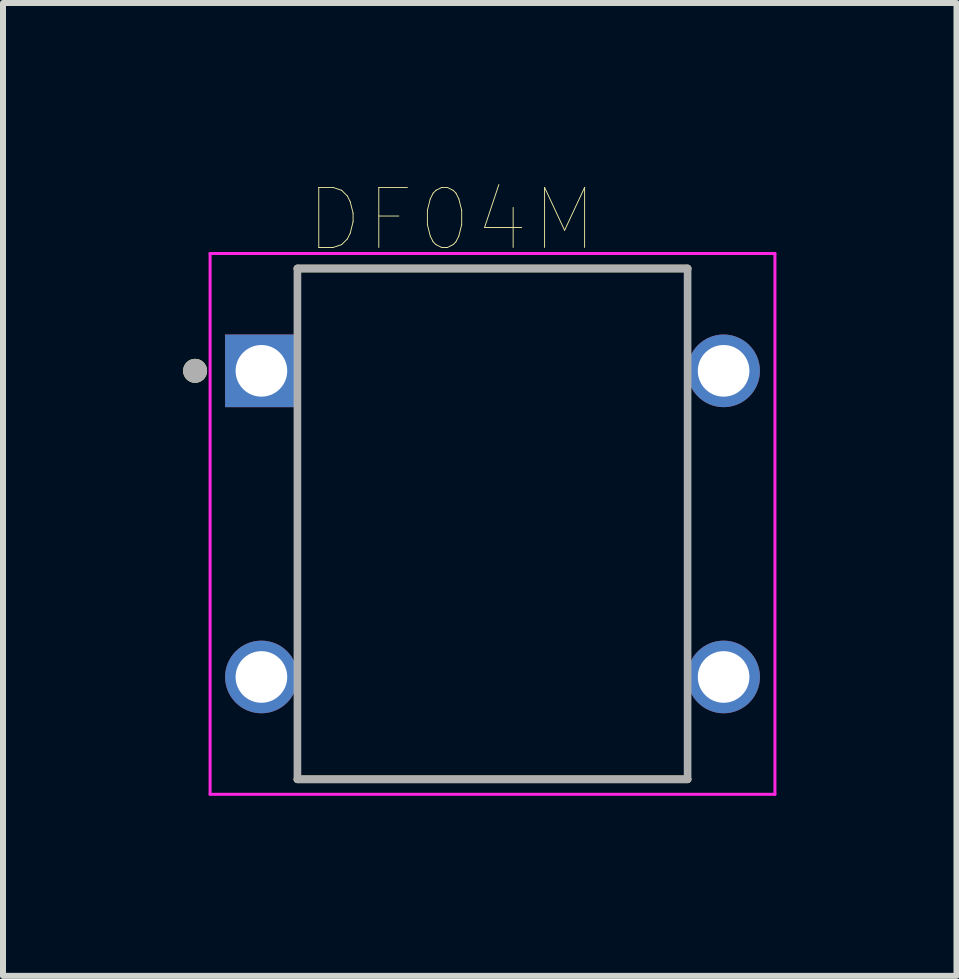
<source format=kicad_pcb>
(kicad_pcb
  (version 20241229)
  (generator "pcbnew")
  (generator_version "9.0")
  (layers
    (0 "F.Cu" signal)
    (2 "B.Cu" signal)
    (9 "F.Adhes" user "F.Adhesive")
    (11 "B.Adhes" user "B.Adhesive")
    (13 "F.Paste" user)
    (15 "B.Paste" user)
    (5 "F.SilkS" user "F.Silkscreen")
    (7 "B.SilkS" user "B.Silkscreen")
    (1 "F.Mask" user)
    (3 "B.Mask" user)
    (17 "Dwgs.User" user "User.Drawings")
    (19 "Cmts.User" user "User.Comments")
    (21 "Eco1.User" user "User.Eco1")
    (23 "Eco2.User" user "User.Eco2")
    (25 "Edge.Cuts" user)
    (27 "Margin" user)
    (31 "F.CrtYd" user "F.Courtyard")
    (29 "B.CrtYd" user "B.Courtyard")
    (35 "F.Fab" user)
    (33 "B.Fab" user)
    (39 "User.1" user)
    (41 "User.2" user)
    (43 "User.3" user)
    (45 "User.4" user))
  (footprint "DF04M"
    (layer "F.Cu")
    (at 5.155 5.678)
    (property "Reference" "DF04M" (at -0.68 -5.067 0) (layer "F.SilkS") (effects (font (size 1 1) (thickness 0.015))))
    (attr through_hole)
    (fp_line (start -3.25 -4.255) (end 3.25 -4.255) (stroke (width 0.127) (type solid)) (layer "F.SilkS"))
    (fp_line (start -3.25 4.255) (end 3.25 4.255) (stroke (width 0.127) (type solid)) (layer "F.SilkS"))
    (fp_circle (center -4.955 -2.55) (end -4.855 -2.55) (stroke (width 0.2) (type solid)) (fill no) (layer "F.SilkS"))
    (fp_line (start -4.705 -4.505) (end -4.705 4.505) (stroke (width 0.05) (type solid)) (layer "F.CrtYd"))
    (fp_line (start 4.705 -4.505) (end -4.705 -4.505) (stroke (width 0.05) (type solid)) (layer "F.CrtYd"))
    (fp_line (start 4.705 -4.505) (end 4.705 4.505) (stroke (width 0.05) (type solid)) (layer "F.CrtYd"))
    (fp_line (start 4.705 4.505) (end -4.705 4.505) (stroke (width 0.05) (type solid)) (layer "F.CrtYd"))
    (fp_line (start -3.25 -4.255) (end -3.25 4.255) (stroke (width 0.127) (type solid)) (layer "F.Fab"))
    (fp_line (start -3.25 -4.255) (end 3.25 -4.255) (stroke (width 0.127) (type solid)) (layer "F.Fab"))
    (fp_line (start -3.25 4.255) (end 3.25 4.255) (stroke (width 0.127) (type solid)) (layer "F.Fab"))
    (fp_line (start 3.25 -4.255) (end 3.25 4.255) (stroke (width 0.127) (type solid)) (layer "F.Fab"))
    (fp_circle (center -4.955 -2.55) (end -4.855 -2.55) (stroke (width 0.2) (type solid)) (fill no) (layer "F.Fab"))
    (pad "1" thru_hole rect (at -3.85 -2.55) (size 1.21 1.21) (drill 0.86) (layers "*.Cu" "*.Mask"))
    (pad "2" thru_hole circle (at -3.85 2.55) (size 1.21 1.21) (drill 0.86) (layers "*.Cu" "*.Mask"))
    (pad "3" thru_hole circle (at 3.85 2.55) (size 1.21 1.21) (drill 0.86) (layers "*.Cu" "*.Mask"))
    (pad "4" thru_hole circle (at 3.85 -2.55) (size 1.21 1.21) (drill 0.86) (layers "*.Cu" "*.Mask")))
  (gr_rect
    (start -3 -3)
    (end 12.885 13.208)
    (stroke (width 0.1) (type default))
    (fill no)
    (layer "Edge.Cuts")))
</source>
